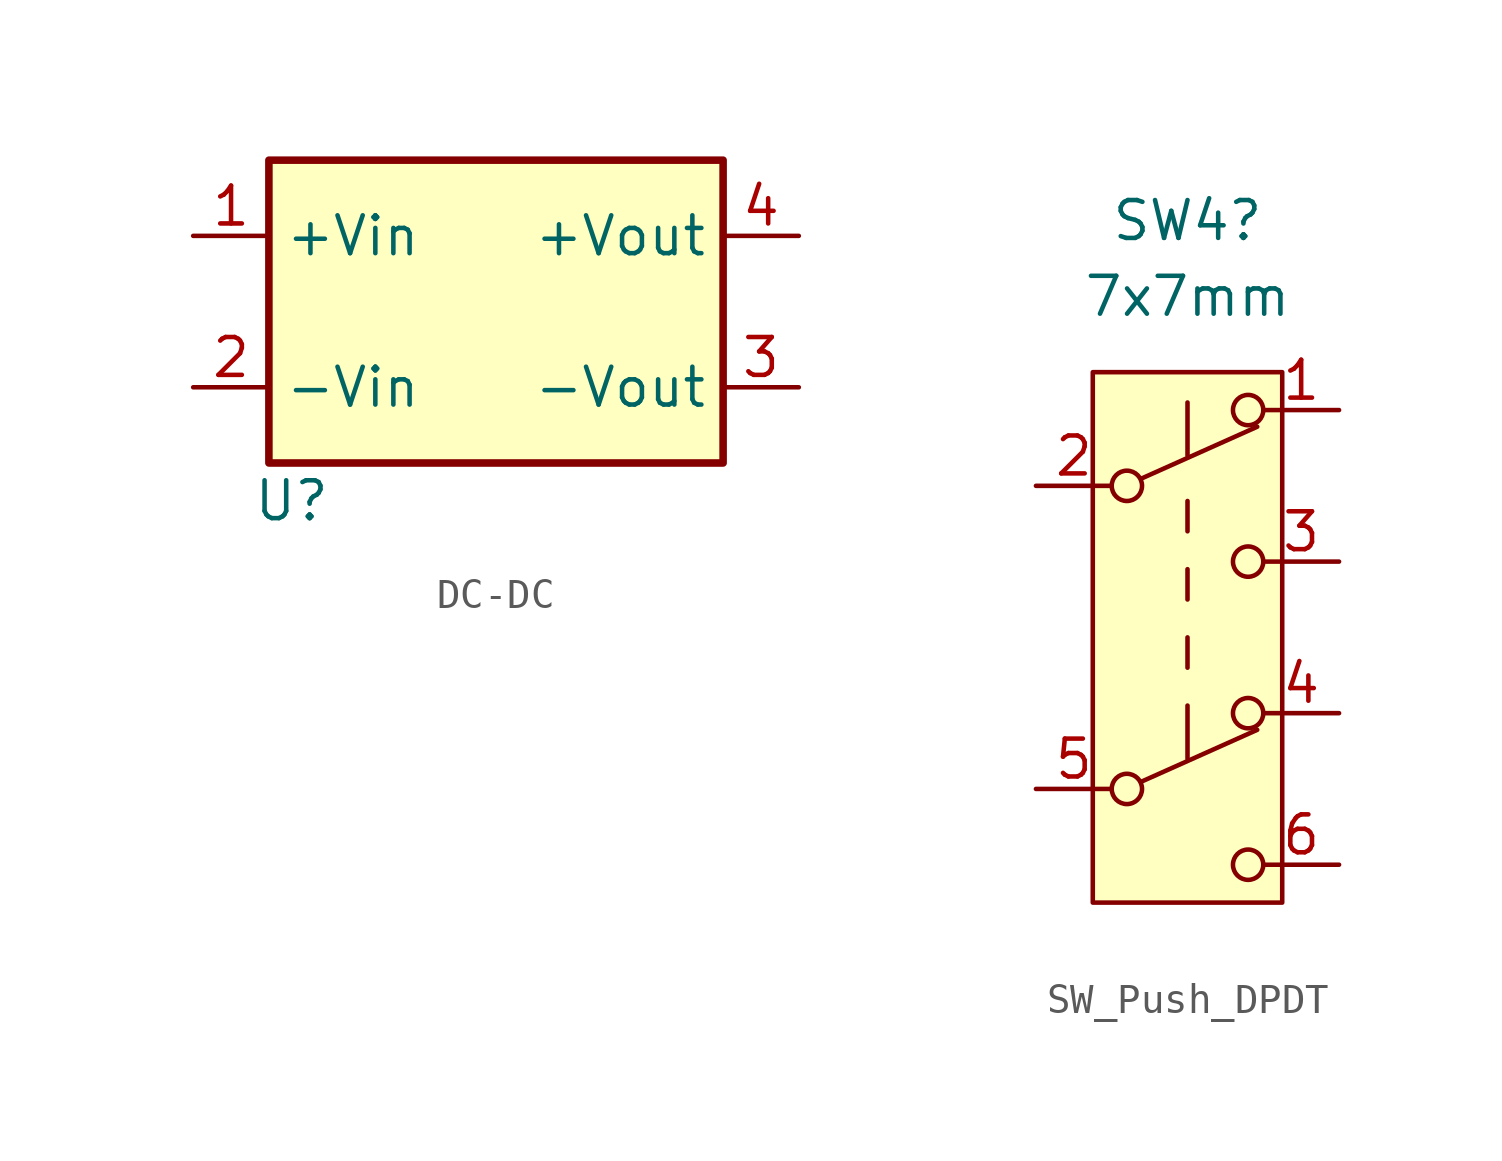
<source format=kicad_sym>
(kicad_symbol_lib
  (version 20231120)
  (generator "kicad_symbol_editor")
  (generator_version "8.0")
  (symbol "DC-DC"
    (property "Reference" "U"
      (at -6.858 -6.35 0)
      (effects (font (size 1.27 1.27))))
    (property "Value" ""
      (at 0 0 0)
      (effects (font (size 1.27 1.27))))
    (symbol "DC-DC_0_1"
      (rectangle (start -7.62 5.08) (end 7.62 -5.08) (stroke (width 0.254) (type default)) (fill (type background))))
    (symbol "DC-DC_1_1"
      (pin power_in line (at -10.16 2.54 0) (length 2.54) (name "+Vin" (effects (font (size 1.27 1.27)))) (number "1" (effects (font (size 1.27 1.27)))))
      (pin power_in line (at -10.16 -2.54 0) (length 2.54) (name "-Vin" (effects (font (size 1.27 1.27)))) (number "2" (effects (font (size 1.27 1.27)))))
      (pin power_out line (at 10.16 -2.54 180) (length 2.54) (name "-Vout" (effects (font (size 1.27 1.27)))) (number "3" (effects (font (size 1.27 1.27)))))
      (pin power_out line (at 10.16 2.54 180) (length 2.54) (name "+Vout" (effects (font (size 1.27 1.27)))) (number "4" (effects (font (size 1.27 1.27)))))))
  (symbol "SW_Push_DPDT"
    (pin_names
      (offset 0) hide)
    (property "Reference" "SW4"
      (at 0 13.97 0)
      (effects (font (size 1.27 1.27))))
    (property "Value" "7x7mm"
      (at 0 11.43 0)
      (effects (font (size 1.27 1.27))))
    (symbol "SW_Push_DPDT_0_0"
      (circle (center -2.032 -5.08) (radius 0.508) (stroke (width 0) (type default)) (fill (type none)))
      (circle (center -2.032 5.08) (radius 0.508) (stroke (width 0) (type default)) (fill (type none)))
      (circle (center 2.032 -7.62) (radius 0.508) (stroke (width 0) (type default)) (fill (type none)))
      (circle (center 2.032 2.54) (radius 0.508) (stroke (width 0) (type default)) (fill (type none))))
    (symbol "SW_Push_DPDT_0_1"
      (polyline (pts (xy -1.524 -4.826) (xy 2.337 -3.099)) (stroke (width 0) (type default)) (fill (type none)))
      (polyline (pts (xy -1.524 5.334) (xy 2.337 7.061)) (stroke (width 0) (type default)) (fill (type none)))
      (polyline (pts (xy 0 -2.286) (xy 0 -4.064)) (stroke (width 0) (type default)) (fill (type none)))
      (polyline (pts (xy 0 -1.016) (xy 0 0)) (stroke (width 0) (type default)) (fill (type none)))
      (polyline (pts (xy 0 1.27) (xy 0 2.286)) (stroke (width 0) (type default)) (fill (type none)))
      (polyline (pts (xy 0 3.556) (xy 0 4.572)) (stroke (width 0) (type default)) (fill (type none)))
      (polyline (pts (xy 0 7.874) (xy 0 6.096)) (stroke (width 0) (type default)) (fill (type none)))
      (circle (center 2.032 -2.54) (radius 0.508) (stroke (width 0) (type default)) (fill (type none)))
      (circle (center 2.032 7.62) (radius 0.508) (stroke (width 0) (type default)) (fill (type none))))
    (symbol "SW_Push_DPDT_1_1"
      (rectangle (start -3.175 8.89) (end 3.175 -8.89) (stroke (width 0) (type default)) (fill (type background)))
      (pin passive line (at 5.08 7.62 180) (length 2.54) (name "A" (effects (font (size 1.27 1.27)))) (number "1" (effects (font (size 1.27 1.27)))))
      (pin passive line (at -5.08 5.08 0) (length 2.54) (name "B" (effects (font (size 1.27 1.27)))) (number "2" (effects (font (size 1.27 1.27)))))
      (pin passive line (at 5.08 2.54 180) (length 2.54) (name "C" (effects (font (size 1.27 1.27)))) (number "3" (effects (font (size 1.27 1.27)))))
      (pin passive line (at 5.08 -2.54 180) (length 2.54) (name "A" (effects (font (size 1.27 1.27)))) (number "4" (effects (font (size 1.27 1.27)))))
      (pin passive line (at -5.08 -5.08 0) (length 2.54) (name "B" (effects (font (size 1.27 1.27)))) (number "5" (effects (font (size 1.27 1.27)))))
      (pin passive line (at 5.08 -7.62 180) (length 2.54) (name "C" (effects (font (size 1.27 1.27)))) (number "6" (effects (font (size 1.27 1.27))))))))
</source>
